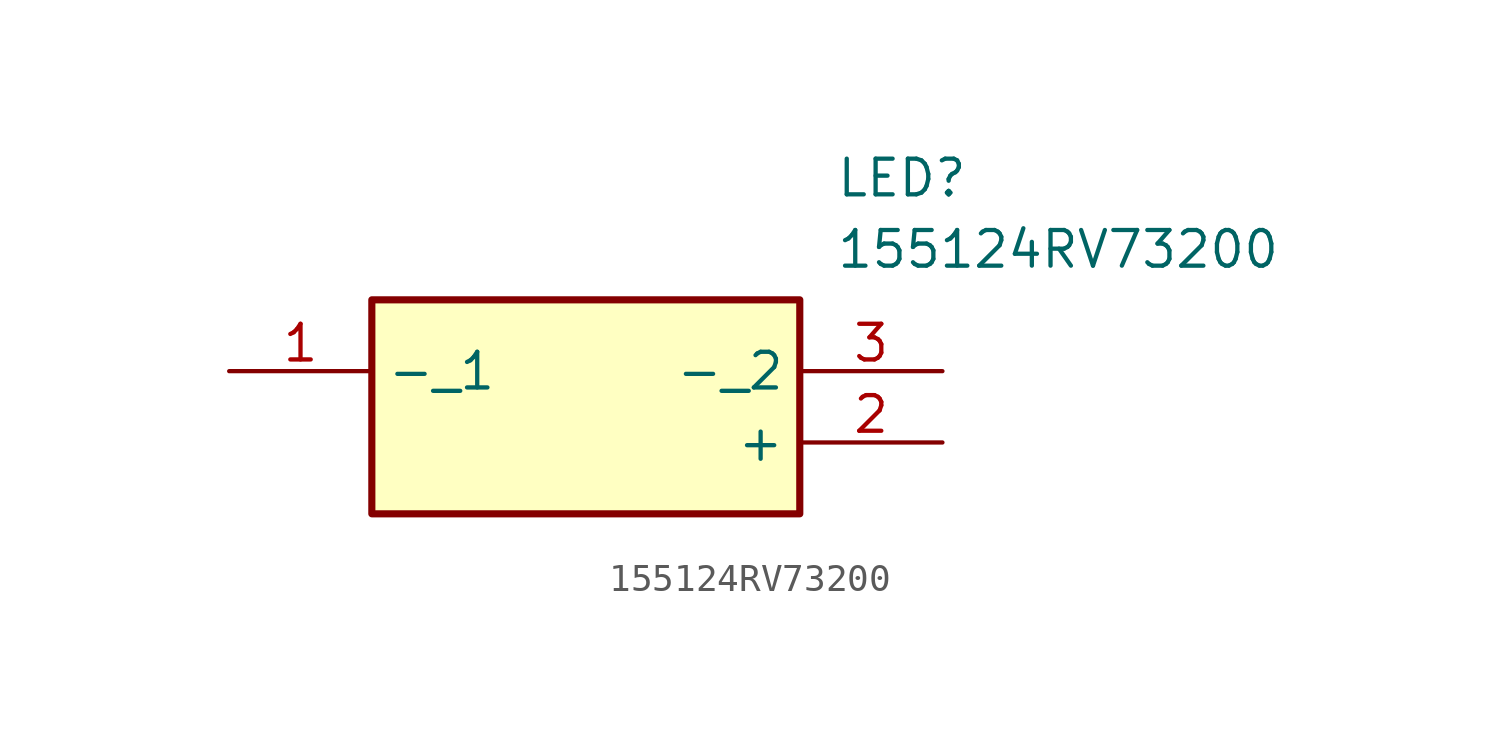
<source format=kicad_sym>
(kicad_symbol_lib
  (version 20211014)
  (generator SamacSys_ECAD_Model)
  (symbol "155124RV73200"
    (property "Reference" "LED"
      (at 21.59 7.62 0)
      (effects (font (size 1.27 1.27)) (justify left top)))
    (property "Value" "155124RV73200"
      (at 21.59 5.08 0)
      (effects (font (size 1.27 1.27)) (justify left top)))
    (rectangle
      (start 5.08 2.54)
      (end 20.32 -5.08)
      (stroke (width 0.254) (type default))
      (fill (type background)))
    (pin passive line
      (at 0 0 0)
      (length 5.08)
      (name "-_1" (effects (font (size 1.27 1.27))))
      (number "1" (effects (font (size 1.27 1.27)))))
    (pin passive line
      (at 25.4 -2.54 180)
      (length 5.08)
      (name "+" (effects (font (size 1.27 1.27))))
      (number "2" (effects (font (size 1.27 1.27)))))
    (pin passive line
      (at 25.4 0 180)
      (length 5.08)
      (name "-_2" (effects (font (size 1.27 1.27))))
      (number "3" (effects (font (size 1.27 1.27)))))))
</source>
